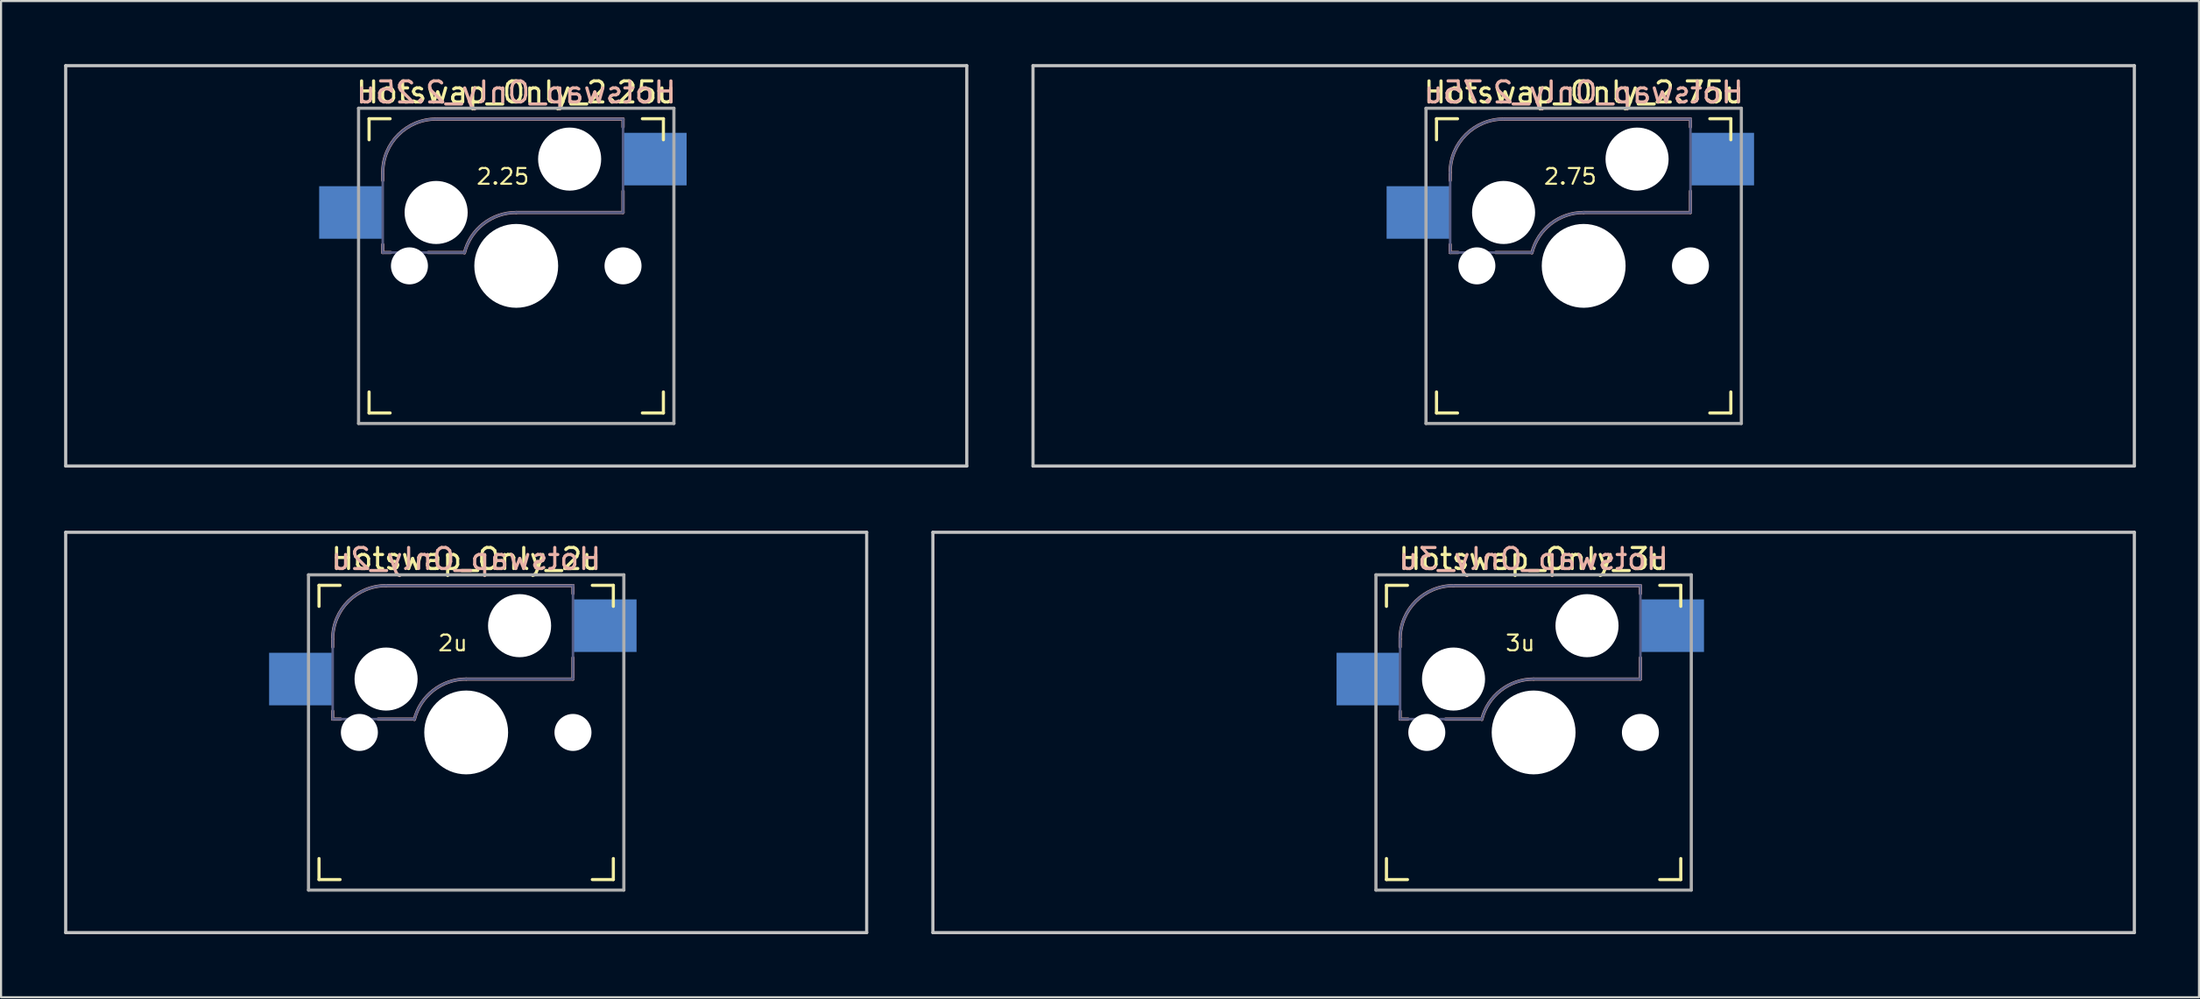
<source format=kicad_pcb>
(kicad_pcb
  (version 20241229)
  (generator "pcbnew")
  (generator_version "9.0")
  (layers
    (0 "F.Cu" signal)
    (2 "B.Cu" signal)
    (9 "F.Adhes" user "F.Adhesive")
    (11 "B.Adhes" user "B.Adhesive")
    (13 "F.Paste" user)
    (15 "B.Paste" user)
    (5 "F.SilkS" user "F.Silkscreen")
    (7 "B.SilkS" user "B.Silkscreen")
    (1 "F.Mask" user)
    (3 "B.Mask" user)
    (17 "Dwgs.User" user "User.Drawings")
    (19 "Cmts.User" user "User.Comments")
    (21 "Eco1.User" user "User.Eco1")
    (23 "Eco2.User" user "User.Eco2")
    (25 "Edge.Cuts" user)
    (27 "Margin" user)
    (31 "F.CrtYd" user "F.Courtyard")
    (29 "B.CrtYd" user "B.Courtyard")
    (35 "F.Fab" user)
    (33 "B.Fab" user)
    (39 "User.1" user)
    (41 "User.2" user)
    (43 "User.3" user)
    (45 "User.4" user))
  (footprint "Hotswap_Only_2u"
    (layer "F.Cu")
    (at 19.125 31.8)
    (property "Reference" "Hotswap_Only_2u" (at 0 -8.255 0) (layer "F.SilkS") (effects (font (size 1 1) (thickness 0.15))))
    (attr through_hole)
    (fp_line (start -7 -6) (end -7 -7) (stroke (width 0.15) (type solid)) (layer "F.SilkS"))
    (fp_line (start -7 7) (end -7 6) (stroke (width 0.15) (type solid)) (layer "F.SilkS"))
    (fp_line (start -7 7) (end -6 7) (stroke (width 0.15) (type solid)) (layer "F.SilkS"))
    (fp_line (start -6 -7) (end -7 -7) (stroke (width 0.15) (type solid)) (layer "F.SilkS"))
    (fp_line (start 6 7) (end 7 7) (stroke (width 0.15) (type solid)) (layer "F.SilkS"))
    (fp_line (start 7 -7) (end 6 -7) (stroke (width 0.15) (type solid)) (layer "F.SilkS"))
    (fp_line (start 7 -7) (end 7 -6) (stroke (width 0.15) (type solid)) (layer "F.SilkS"))
    (fp_line (start 7 6) (end 7 7) (stroke (width 0.15) (type solid)) (layer "F.SilkS"))
    (fp_line (start -6.35 -4.445) (end -6.35 -4.064) (stroke (width 0.15) (type solid)) (layer "B.SilkS"))
    (fp_line (start -6.35 -1.016) (end -6.35 -0.635) (stroke (width 0.15) (type solid)) (layer "B.SilkS"))
    (fp_line (start -6.35 -0.635) (end -5.969 -0.635) (stroke (width 0.15) (type solid)) (layer "B.SilkS"))
    (fp_line (start -4.191 -0.635) (end -2.54 -0.635) (stroke (width 0.15) (type solid)) (layer "B.SilkS"))
    (fp_line (start 0 -2.54) (end 5.08 -2.54) (stroke (width 0.15) (type solid)) (layer "B.SilkS"))
    (fp_line (start 5.08 -6.985) (end -3.81 -6.985) (stroke (width 0.15) (type solid)) (layer "B.SilkS"))
    (fp_line (start 5.08 -6.604) (end 5.08 -6.985) (stroke (width 0.15) (type solid)) (layer "B.SilkS"))
    (fp_line (start 5.08 -2.54) (end 5.08 -3.556) (stroke (width 0.15) (type solid)) (layer "B.SilkS"))
    (fp_arc (start -6.35 -4.445) (mid -5.606051 -6.241051) (end -3.81 -6.985) (stroke (width 0.15) (type solid)) (layer "B.SilkS"))
    (fp_arc (start -2.464162 -0.61604) (mid -1.563147 -2.002042) (end 0 -2.54) (stroke (width 0.15) (type solid)) (layer "B.SilkS"))
    (fp_line (start -19.05 -9.525) (end 19.05 -9.525) (stroke (width 0.15) (type solid)) (layer "Dwgs.User"))
    (fp_line (start -19.05 9.525) (end -19.05 -9.525) (stroke (width 0.15) (type solid)) (layer "Dwgs.User"))
    (fp_line (start -19.05 9.525) (end 19.05 9.525) (stroke (width 0.15) (type solid)) (layer "Dwgs.User"))
    (fp_line (start 19.05 -9.525) (end 19.05 9.525) (stroke (width 0.15) (type solid)) (layer "Dwgs.User"))
    (fp_line (start -6.9 6.9) (end -6.9 -6.9) (stroke (width 0.15) (type solid)) (layer "Eco2.User"))
    (fp_line (start -6.9 6.9) (end 6.9 6.9) (stroke (width 0.15) (type solid)) (layer "Eco2.User"))
    (fp_line (start 6.9 -6.9) (end -6.9 -6.9) (stroke (width 0.15) (type solid)) (layer "Eco2.User"))
    (fp_line (start 6.9 -6.9) (end 6.9 6.9) (stroke (width 0.15) (type solid)) (layer "Eco2.User"))
    (fp_line (start -6.35 -4.445) (end -6.35 -0.635) (stroke (width 0.12) (type solid)) (layer "B.Fab"))
    (fp_line (start -6.35 -0.635) (end -2.54 -0.635) (stroke (width 0.12) (type solid)) (layer "B.Fab"))
    (fp_line (start 0 -2.54) (end 5.08 -2.54) (stroke (width 0.12) (type solid)) (layer "B.Fab"))
    (fp_line (start 5.08 -6.985) (end -3.81 -6.985) (stroke (width 0.12) (type solid)) (layer "B.Fab"))
    (fp_line (start 5.08 -2.54) (end 5.08 -6.985) (stroke (width 0.12) (type solid)) (layer "B.Fab"))
    (fp_arc (start -6.35 -4.445) (mid -5.606051 -6.241051) (end -3.81 -6.985) (stroke (width 0.12) (type solid)) (layer "B.Fab"))
    (fp_arc (start -2.464162 -0.61604) (mid -1.563147 -2.002042) (end 0 -2.54) (stroke (width 0.12) (type solid)) (layer "B.Fab"))
    (fp_line (start -7.5 -7.5) (end 7.5 -7.5) (stroke (width 0.15) (type solid)) (layer "F.Fab"))
    (fp_line (start -7.5 7.5) (end -7.5 -7.5) (stroke (width 0.15) (type solid)) (layer "F.Fab"))
    (fp_line (start 7.5 -7.5) (end 7.5 7.5) (stroke (width 0.15) (type solid)) (layer "F.Fab"))
    (fp_line (start 7.5 7.5) (end -7.5 7.5) (stroke (width 0.15) (type solid)) (layer "F.Fab"))
    (fp_text user "2u" (at -0.635 -3.81 0) (unlocked yes) (layer "F.SilkS") (effects (font (size 0.75 0.75) (thickness 0.1)) (justify bottom)))
    (fp_text user "${REFERENCE}" (at 0 -8.255 0) (layer "B.SilkS") (effects (font (size 1 1) (thickness 0.15)) (justify mirror)))
    (pad "" np_thru_hole circle (at -5.08 0 180) (size 1.76 1.76) (drill 1.76) (layers "*.Cu" "*.Mask"))
    (pad "" np_thru_hole circle (at -3.81 -2.54 180) (size 3 3) (drill 3) (layers "*.Cu" "*.Mask"))
    (pad "" np_thru_hole circle (at 0 0 180) (size 3.988 3.988) (drill 3.988) (layers "*.Cu" "*.Mask"))
    (pad "" np_thru_hole circle (at 2.54 -5.08 180) (size 3 3) (drill 3) (layers "*.Cu" "*.Mask"))
    (pad "" np_thru_hole circle (at 5.08 0 180) (size 1.76 1.76) (drill 1.76) (layers "*.Cu" "*.Mask"))
    (pad "1" smd rect (at -7.874 -2.54 180) (size 3 2.5) (layers "B.Cu" "B.Mask" "B.Paste"))
    (pad "2" smd rect (at 6.604 -5.08 180) (size 3 2.5) (layers "B.Cu" "B.Mask" "B.Paste")))
  (footprint "Hotswap_Only_2.75u"
    (layer "F.Cu")
    (at 72.281 9.6)
    (property "Reference" "Hotswap_Only_2.75u" (at 0 -8.255 0) (layer "F.SilkS") (effects (font (size 1 1) (thickness 0.15))))
    (attr through_hole)
    (fp_line (start -7 -6) (end -7 -7) (stroke (width 0.15) (type solid)) (layer "F.SilkS"))
    (fp_line (start -7 7) (end -7 6) (stroke (width 0.15) (type solid)) (layer "F.SilkS"))
    (fp_line (start -7 7) (end -6 7) (stroke (width 0.15) (type solid)) (layer "F.SilkS"))
    (fp_line (start -6 -7) (end -7 -7) (stroke (width 0.15) (type solid)) (layer "F.SilkS"))
    (fp_line (start 6 7) (end 7 7) (stroke (width 0.15) (type solid)) (layer "F.SilkS"))
    (fp_line (start 7 -7) (end 6 -7) (stroke (width 0.15) (type solid)) (layer "F.SilkS"))
    (fp_line (start 7 -7) (end 7 -6) (stroke (width 0.15) (type solid)) (layer "F.SilkS"))
    (fp_line (start 7 6) (end 7 7) (stroke (width 0.15) (type solid)) (layer "F.SilkS"))
    (fp_line (start -6.35 -4.445) (end -6.35 -4.064) (stroke (width 0.15) (type solid)) (layer "B.SilkS"))
    (fp_line (start -6.35 -1.016) (end -6.35 -0.635) (stroke (width 0.15) (type solid)) (layer "B.SilkS"))
    (fp_line (start -6.35 -0.635) (end -5.969 -0.635) (stroke (width 0.15) (type solid)) (layer "B.SilkS"))
    (fp_line (start -4.191 -0.635) (end -2.54 -0.635) (stroke (width 0.15) (type solid)) (layer "B.SilkS"))
    (fp_line (start 0 -2.54) (end 5.08 -2.54) (stroke (width 0.15) (type solid)) (layer "B.SilkS"))
    (fp_line (start 5.08 -6.985) (end -3.81 -6.985) (stroke (width 0.15) (type solid)) (layer "B.SilkS"))
    (fp_line (start 5.08 -6.604) (end 5.08 -6.985) (stroke (width 0.15) (type solid)) (layer "B.SilkS"))
    (fp_line (start 5.08 -2.54) (end 5.08 -3.556) (stroke (width 0.15) (type solid)) (layer "B.SilkS"))
    (fp_arc (start -6.35 -4.445) (mid -5.606051 -6.241051) (end -3.81 -6.985) (stroke (width 0.15) (type solid)) (layer "B.SilkS"))
    (fp_arc (start -2.464162 -0.61604) (mid -1.563147 -2.002042) (end 0 -2.54) (stroke (width 0.15) (type solid)) (layer "B.SilkS"))
    (fp_line (start -26.194 -9.525) (end 26.194 -9.525) (stroke (width 0.15) (type solid)) (layer "Dwgs.User"))
    (fp_line (start -26.194 9.525) (end -26.194 -9.525) (stroke (width 0.15) (type solid)) (layer "Dwgs.User"))
    (fp_line (start -26.194 9.525) (end 26.194 9.525) (stroke (width 0.15) (type solid)) (layer "Dwgs.User"))
    (fp_line (start 26.194 -9.525) (end 26.194 9.525) (stroke (width 0.15) (type solid)) (layer "Dwgs.User"))
    (fp_line (start -6.9 6.9) (end -6.9 -6.9) (stroke (width 0.15) (type solid)) (layer "Eco2.User"))
    (fp_line (start -6.9 6.9) (end 6.9 6.9) (stroke (width 0.15) (type solid)) (layer "Eco2.User"))
    (fp_line (start 6.9 -6.9) (end -6.9 -6.9) (stroke (width 0.15) (type solid)) (layer "Eco2.User"))
    (fp_line (start 6.9 -6.9) (end 6.9 6.9) (stroke (width 0.15) (type solid)) (layer "Eco2.User"))
    (fp_line (start -6.35 -4.445) (end -6.35 -0.635) (stroke (width 0.12) (type solid)) (layer "B.Fab"))
    (fp_line (start -6.35 -0.635) (end -2.54 -0.635) (stroke (width 0.12) (type solid)) (layer "B.Fab"))
    (fp_line (start 0 -2.54) (end 5.08 -2.54) (stroke (width 0.12) (type solid)) (layer "B.Fab"))
    (fp_line (start 5.08 -6.985) (end -3.81 -6.985) (stroke (width 0.12) (type solid)) (layer "B.Fab"))
    (fp_line (start 5.08 -2.54) (end 5.08 -6.985) (stroke (width 0.12) (type solid)) (layer "B.Fab"))
    (fp_arc (start -6.35 -4.445) (mid -5.606051 -6.241051) (end -3.81 -6.985) (stroke (width 0.12) (type solid)) (layer "B.Fab"))
    (fp_arc (start -2.464162 -0.61604) (mid -1.563147 -2.002042) (end 0 -2.54) (stroke (width 0.12) (type solid)) (layer "B.Fab"))
    (fp_line (start -7.5 -7.5) (end 7.5 -7.5) (stroke (width 0.15) (type solid)) (layer "F.Fab"))
    (fp_line (start -7.5 7.5) (end -7.5 -7.5) (stroke (width 0.15) (type solid)) (layer "F.Fab"))
    (fp_line (start 7.5 -7.5) (end 7.5 7.5) (stroke (width 0.15) (type solid)) (layer "F.Fab"))
    (fp_line (start 7.5 7.5) (end -7.5 7.5) (stroke (width 0.15) (type solid)) (layer "F.Fab"))
    (fp_text user "2.75" (at -0.635 -3.81 0) (unlocked yes) (layer "F.SilkS") (effects (font (size 0.75 0.75) (thickness 0.1)) (justify bottom)))
    (fp_text user "${REFERENCE}" (at 0 -8.255 0) (layer "B.SilkS") (effects (font (size 1 1) (thickness 0.15)) (justify mirror)))
    (pad "" np_thru_hole circle (at -5.08 0 180) (size 1.76 1.76) (drill 1.76) (layers "*.Cu" "*.Mask"))
    (pad "" np_thru_hole circle (at -3.81 -2.54 180) (size 3 3) (drill 3) (layers "*.Cu" "*.Mask"))
    (pad "" np_thru_hole circle (at 0 0 180) (size 3.988 3.988) (drill 3.988) (layers "*.Cu" "*.Mask"))
    (pad "" np_thru_hole circle (at 2.54 -5.08 180) (size 3 3) (drill 3) (layers "*.Cu" "*.Mask"))
    (pad "" np_thru_hole circle (at 5.08 0 180) (size 1.76 1.76) (drill 1.76) (layers "*.Cu" "*.Mask"))
    (pad "1" smd rect (at -7.874 -2.54 180) (size 3 2.5) (layers "B.Cu" "B.Mask" "B.Paste"))
    (pad "2" smd rect (at 6.604 -5.08 180) (size 3 2.5) (layers "B.Cu" "B.Mask" "B.Paste")))
  (footprint "Hotswap_Only_2.25u"
    (layer "F.Cu")
    (at 21.506 9.6)
    (property "Reference" "Hotswap_Only_2.25u" (at 0 -8.255 0) (layer "F.SilkS") (effects (font (size 1 1) (thickness 0.15))))
    (attr through_hole)
    (fp_line (start -7 -6) (end -7 -7) (stroke (width 0.15) (type solid)) (layer "F.SilkS"))
    (fp_line (start -7 7) (end -7 6) (stroke (width 0.15) (type solid)) (layer "F.SilkS"))
    (fp_line (start -7 7) (end -6 7) (stroke (width 0.15) (type solid)) (layer "F.SilkS"))
    (fp_line (start -6 -7) (end -7 -7) (stroke (width 0.15) (type solid)) (layer "F.SilkS"))
    (fp_line (start 6 7) (end 7 7) (stroke (width 0.15) (type solid)) (layer "F.SilkS"))
    (fp_line (start 7 -7) (end 6 -7) (stroke (width 0.15) (type solid)) (layer "F.SilkS"))
    (fp_line (start 7 -7) (end 7 -6) (stroke (width 0.15) (type solid)) (layer "F.SilkS"))
    (fp_line (start 7 6) (end 7 7) (stroke (width 0.15) (type solid)) (layer "F.SilkS"))
    (fp_line (start -6.35 -4.445) (end -6.35 -4.064) (stroke (width 0.15) (type solid)) (layer "B.SilkS"))
    (fp_line (start -6.35 -1.016) (end -6.35 -0.635) (stroke (width 0.15) (type solid)) (layer "B.SilkS"))
    (fp_line (start -6.35 -0.635) (end -5.969 -0.635) (stroke (width 0.15) (type solid)) (layer "B.SilkS"))
    (fp_line (start -4.191 -0.635) (end -2.54 -0.635) (stroke (width 0.15) (type solid)) (layer "B.SilkS"))
    (fp_line (start 0 -2.54) (end 5.08 -2.54) (stroke (width 0.15) (type solid)) (layer "B.SilkS"))
    (fp_line (start 5.08 -6.985) (end -3.81 -6.985) (stroke (width 0.15) (type solid)) (layer "B.SilkS"))
    (fp_line (start 5.08 -6.604) (end 5.08 -6.985) (stroke (width 0.15) (type solid)) (layer "B.SilkS"))
    (fp_line (start 5.08 -2.54) (end 5.08 -3.556) (stroke (width 0.15) (type solid)) (layer "B.SilkS"))
    (fp_arc (start -6.35 -4.445) (mid -5.606051 -6.241051) (end -3.81 -6.985) (stroke (width 0.15) (type solid)) (layer "B.SilkS"))
    (fp_arc (start -2.464162 -0.61604) (mid -1.563147 -2.002042) (end 0 -2.54) (stroke (width 0.15) (type solid)) (layer "B.SilkS"))
    (fp_line (start -21.431 -9.525) (end 21.431 -9.525) (stroke (width 0.15) (type solid)) (layer "Dwgs.User"))
    (fp_line (start -21.431 9.525) (end -21.431 -9.525) (stroke (width 0.15) (type solid)) (layer "Dwgs.User"))
    (fp_line (start -21.431 9.525) (end 21.431 9.525) (stroke (width 0.15) (type solid)) (layer "Dwgs.User"))
    (fp_line (start 21.431 -9.525) (end 21.431 9.525) (stroke (width 0.15) (type solid)) (layer "Dwgs.User"))
    (fp_line (start -6.9 6.9) (end -6.9 -6.9) (stroke (width 0.15) (type solid)) (layer "Eco2.User"))
    (fp_line (start -6.9 6.9) (end 6.9 6.9) (stroke (width 0.15) (type solid)) (layer "Eco2.User"))
    (fp_line (start 6.9 -6.9) (end -6.9 -6.9) (stroke (width 0.15) (type solid)) (layer "Eco2.User"))
    (fp_line (start 6.9 -6.9) (end 6.9 6.9) (stroke (width 0.15) (type solid)) (layer "Eco2.User"))
    (fp_line (start -6.35 -4.445) (end -6.35 -0.635) (stroke (width 0.12) (type solid)) (layer "B.Fab"))
    (fp_line (start -6.35 -0.635) (end -2.54 -0.635) (stroke (width 0.12) (type solid)) (layer "B.Fab"))
    (fp_line (start 0 -2.54) (end 5.08 -2.54) (stroke (width 0.12) (type solid)) (layer "B.Fab"))
    (fp_line (start 5.08 -6.985) (end -3.81 -6.985) (stroke (width 0.12) (type solid)) (layer "B.Fab"))
    (fp_line (start 5.08 -2.54) (end 5.08 -6.985) (stroke (width 0.12) (type solid)) (layer "B.Fab"))
    (fp_arc (start -6.35 -4.445) (mid -5.606051 -6.241051) (end -3.81 -6.985) (stroke (width 0.12) (type solid)) (layer "B.Fab"))
    (fp_arc (start -2.464162 -0.61604) (mid -1.563147 -2.002042) (end 0 -2.54) (stroke (width 0.12) (type solid)) (layer "B.Fab"))
    (fp_line (start -7.5 -7.5) (end 7.5 -7.5) (stroke (width 0.15) (type solid)) (layer "F.Fab"))
    (fp_line (start -7.5 7.5) (end -7.5 -7.5) (stroke (width 0.15) (type solid)) (layer "F.Fab"))
    (fp_line (start 7.5 -7.5) (end 7.5 7.5) (stroke (width 0.15) (type solid)) (layer "F.Fab"))
    (fp_line (start 7.5 7.5) (end -7.5 7.5) (stroke (width 0.15) (type solid)) (layer "F.Fab"))
    (fp_text user "2.25" (at -0.635 -3.81 0) (unlocked yes) (layer "F.SilkS") (effects (font (size 0.75 0.75) (thickness 0.1)) (justify bottom)))
    (fp_text user "${REFERENCE}" (at 0 -8.255 0) (layer "B.SilkS") (effects (font (size 1 1) (thickness 0.15)) (justify mirror)))
    (pad "" np_thru_hole circle (at -5.08 0 180) (size 1.76 1.76) (drill 1.76) (layers "*.Cu" "*.Mask"))
    (pad "" np_thru_hole circle (at -3.81 -2.54 180) (size 3 3) (drill 3) (layers "*.Cu" "*.Mask"))
    (pad "" np_thru_hole circle (at 0 0 180) (size 3.988 3.988) (drill 3.988) (layers "*.Cu" "*.Mask"))
    (pad "" np_thru_hole circle (at 2.54 -5.08 180) (size 3 3) (drill 3) (layers "*.Cu" "*.Mask"))
    (pad "" np_thru_hole circle (at 5.08 0 180) (size 1.76 1.76) (drill 1.76) (layers "*.Cu" "*.Mask"))
    (pad "1" smd rect (at -7.874 -2.54 180) (size 3 2.5) (layers "B.Cu" "B.Mask" "B.Paste"))
    (pad "2" smd rect (at 6.604 -5.08 180) (size 3 2.5) (layers "B.Cu" "B.Mask" "B.Paste")))
  (footprint "Hotswap_Only_3u"
    (layer "F.Cu")
    (at 69.9 31.8)
    (property "Reference" "Hotswap_Only_3u" (at 0 -8.255 0) (layer "F.SilkS") (effects (font (size 1 1) (thickness 0.15))))
    (attr through_hole)
    (fp_line (start -7 -6) (end -7 -7) (stroke (width 0.15) (type solid)) (layer "F.SilkS"))
    (fp_line (start -7 7) (end -7 6) (stroke (width 0.15) (type solid)) (layer "F.SilkS"))
    (fp_line (start -7 7) (end -6 7) (stroke (width 0.15) (type solid)) (layer "F.SilkS"))
    (fp_line (start -6 -7) (end -7 -7) (stroke (width 0.15) (type solid)) (layer "F.SilkS"))
    (fp_line (start 6 7) (end 7 7) (stroke (width 0.15) (type solid)) (layer "F.SilkS"))
    (fp_line (start 7 -7) (end 6 -7) (stroke (width 0.15) (type solid)) (layer "F.SilkS"))
    (fp_line (start 7 -7) (end 7 -6) (stroke (width 0.15) (type solid)) (layer "F.SilkS"))
    (fp_line (start 7 6) (end 7 7) (stroke (width 0.15) (type solid)) (layer "F.SilkS"))
    (fp_line (start -6.35 -4.445) (end -6.35 -4.064) (stroke (width 0.15) (type solid)) (layer "B.SilkS"))
    (fp_line (start -6.35 -1.016) (end -6.35 -0.635) (stroke (width 0.15) (type solid)) (layer "B.SilkS"))
    (fp_line (start -6.35 -0.635) (end -5.969 -0.635) (stroke (width 0.15) (type solid)) (layer "B.SilkS"))
    (fp_line (start -4.191 -0.635) (end -2.54 -0.635) (stroke (width 0.15) (type solid)) (layer "B.SilkS"))
    (fp_line (start 0 -2.54) (end 5.08 -2.54) (stroke (width 0.15) (type solid)) (layer "B.SilkS"))
    (fp_line (start 5.08 -6.985) (end -3.81 -6.985) (stroke (width 0.15) (type solid)) (layer "B.SilkS"))
    (fp_line (start 5.08 -6.604) (end 5.08 -6.985) (stroke (width 0.15) (type solid)) (layer "B.SilkS"))
    (fp_line (start 5.08 -2.54) (end 5.08 -3.556) (stroke (width 0.15) (type solid)) (layer "B.SilkS"))
    (fp_arc (start -6.35 -4.445) (mid -5.606051 -6.241051) (end -3.81 -6.985) (stroke (width 0.15) (type solid)) (layer "B.SilkS"))
    (fp_arc (start -2.464162 -0.61604) (mid -1.563147 -2.002042) (end 0 -2.54) (stroke (width 0.15) (type solid)) (layer "B.SilkS"))
    (fp_line (start -28.575 -9.525) (end 28.575 -9.525) (stroke (width 0.15) (type solid)) (layer "Dwgs.User"))
    (fp_line (start -28.575 9.525) (end -28.575 -9.525) (stroke (width 0.15) (type solid)) (layer "Dwgs.User"))
    (fp_line (start -28.575 9.525) (end 28.575 9.525) (stroke (width 0.15) (type solid)) (layer "Dwgs.User"))
    (fp_line (start 28.575 -9.525) (end 28.575 9.525) (stroke (width 0.15) (type solid)) (layer "Dwgs.User"))
    (fp_line (start -6.9 6.9) (end -6.9 -6.9) (stroke (width 0.15) (type solid)) (layer "Eco2.User"))
    (fp_line (start -6.9 6.9) (end 6.9 6.9) (stroke (width 0.15) (type solid)) (layer "Eco2.User"))
    (fp_line (start 6.9 -6.9) (end -6.9 -6.9) (stroke (width 0.15) (type solid)) (layer "Eco2.User"))
    (fp_line (start 6.9 -6.9) (end 6.9 6.9) (stroke (width 0.15) (type solid)) (layer "Eco2.User"))
    (fp_line (start -6.35 -4.445) (end -6.35 -0.635) (stroke (width 0.12) (type solid)) (layer "B.Fab"))
    (fp_line (start -6.35 -0.635) (end -2.54 -0.635) (stroke (width 0.12) (type solid)) (layer "B.Fab"))
    (fp_line (start 0 -2.54) (end 5.08 -2.54) (stroke (width 0.12) (type solid)) (layer "B.Fab"))
    (fp_line (start 5.08 -6.985) (end -3.81 -6.985) (stroke (width 0.12) (type solid)) (layer "B.Fab"))
    (fp_line (start 5.08 -2.54) (end 5.08 -6.985) (stroke (width 0.12) (type solid)) (layer "B.Fab"))
    (fp_arc (start -6.35 -4.445) (mid -5.606051 -6.241051) (end -3.81 -6.985) (stroke (width 0.12) (type solid)) (layer "B.Fab"))
    (fp_arc (start -2.464162 -0.61604) (mid -1.563147 -2.002042) (end 0 -2.54) (stroke (width 0.12) (type solid)) (layer "B.Fab"))
    (fp_line (start -7.5 -7.5) (end 7.5 -7.5) (stroke (width 0.15) (type solid)) (layer "F.Fab"))
    (fp_line (start -7.5 7.5) (end -7.5 -7.5) (stroke (width 0.15) (type solid)) (layer "F.Fab"))
    (fp_line (start 7.5 -7.5) (end 7.5 7.5) (stroke (width 0.15) (type solid)) (layer "F.Fab"))
    (fp_line (start 7.5 7.5) (end -7.5 7.5) (stroke (width 0.15) (type solid)) (layer "F.Fab"))
    (fp_text user "3u" (at -0.635 -3.81 0) (unlocked yes) (layer "F.SilkS") (effects (font (size 0.75 0.75) (thickness 0.1)) (justify bottom)))
    (fp_text user "${REFERENCE}" (at 0 -8.255 0) (layer "B.SilkS") (effects (font (size 1 1) (thickness 0.15)) (justify mirror)))
    (pad "" np_thru_hole circle (at -5.08 0 180) (size 1.76 1.76) (drill 1.76) (layers "*.Cu" "*.Mask"))
    (pad "" np_thru_hole circle (at -3.81 -2.54 180) (size 3 3) (drill 3) (layers "*.Cu" "*.Mask"))
    (pad "" np_thru_hole circle (at 0 0 180) (size 3.988 3.988) (drill 3.988) (layers "*.Cu" "*.Mask"))
    (pad "" np_thru_hole circle (at 2.54 -5.08 180) (size 3 3) (drill 3) (layers "*.Cu" "*.Mask"))
    (pad "" np_thru_hole circle (at 5.08 0 180) (size 1.76 1.76) (drill 1.76) (layers "*.Cu" "*.Mask"))
    (pad "1" smd rect (at -7.874 -2.54 180) (size 3 2.5) (layers "B.Cu" "B.Mask" "B.Paste"))
    (pad "2" smd rect (at 6.604 -5.08 180) (size 3 2.5) (layers "B.Cu" "B.Mask" "B.Paste")))
  (gr_rect
    (start -3 -3)
    (end 101.55 44.4)
    (stroke (width 0.1) (type default))
    (fill no)
    (layer "Edge.Cuts")))
</source>
